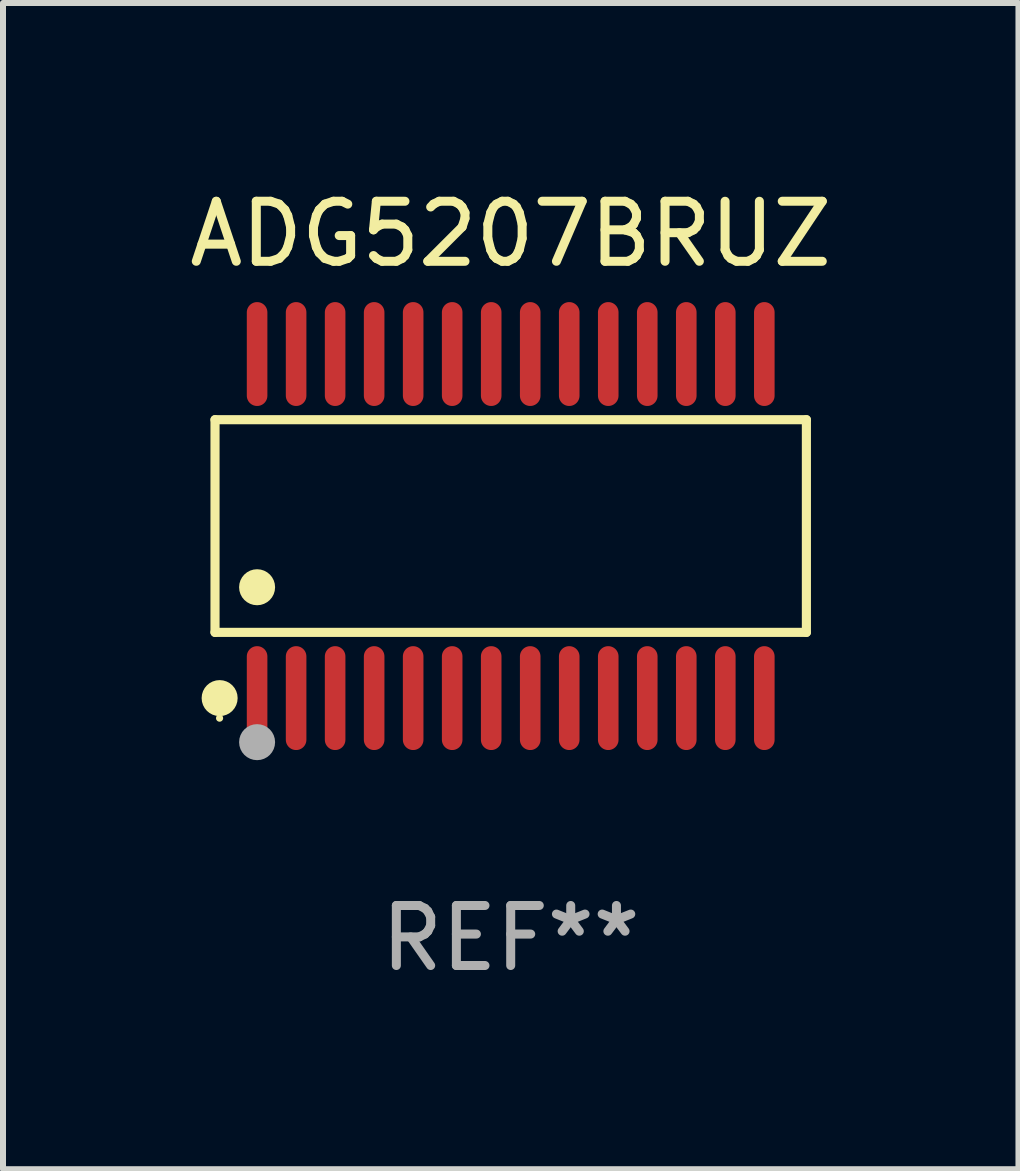
<source format=kicad_pcb>
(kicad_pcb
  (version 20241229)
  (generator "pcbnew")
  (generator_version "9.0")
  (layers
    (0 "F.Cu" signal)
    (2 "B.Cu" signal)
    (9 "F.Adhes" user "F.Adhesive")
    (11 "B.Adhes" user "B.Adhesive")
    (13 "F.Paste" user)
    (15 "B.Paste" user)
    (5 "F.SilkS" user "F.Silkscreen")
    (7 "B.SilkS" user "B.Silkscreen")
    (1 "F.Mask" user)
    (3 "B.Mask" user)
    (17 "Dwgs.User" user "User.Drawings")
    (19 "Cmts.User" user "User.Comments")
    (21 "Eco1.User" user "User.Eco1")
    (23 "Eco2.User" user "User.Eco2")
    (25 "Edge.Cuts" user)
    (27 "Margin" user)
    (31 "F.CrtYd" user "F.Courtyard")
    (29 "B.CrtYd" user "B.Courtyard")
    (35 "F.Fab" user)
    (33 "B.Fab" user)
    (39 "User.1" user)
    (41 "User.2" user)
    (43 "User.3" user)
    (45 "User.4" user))
  (footprint "ADG5207BRUZ"
    (layer "F.Cu")
    (at 5.458 5.714)
    (property "Reference" "ADG5207BRUZ" (at 0 -4.866 0) (layer "F.SilkS") (effects (font (size 1 1) (thickness 0.15))))
    (attr through_hole)
    (fp_line (start -4.926 -1.772) (end 4.926 -1.772) (stroke (width 0.152) (type solid)) (layer "F.SilkS"))
    (fp_line (start -4.926 1.771) (end -4.926 -1.772) (stroke (width 0.152) (type solid)) (layer "F.SilkS"))
    (fp_line (start 4.926 -1.772) (end 4.926 1.771) (stroke (width 0.152) (type solid)) (layer "F.SilkS"))
    (fp_line (start 4.926 1.771) (end -4.926 1.771) (stroke (width 0.152) (type solid)) (layer "F.SilkS"))
    (fp_circle (center -4.85 3.2) (end -4.82 3.2) (stroke (width 0.06) (type solid)) (fill no) (layer "F.SilkS"))
    (fp_circle (center -4.849 2.866) (end -4.699 2.866) (stroke (width 0.3) (type solid)) (fill no) (layer "F.SilkS"))
    (fp_circle (center -4.225 1.019) (end -4.075 1.019) (stroke (width 0.3) (type solid)) (fill no) (layer "F.SilkS"))
    (fp_circle (center -4.225 3.6) (end -4.075 3.6) (stroke (width 0.3) (type solid)) (fill no) (layer "F.Fab"))
    (fp_text user "REF**" (at 0 6.866 0) (layer "F.Fab") (effects (font (size 1 1) (thickness 0.15))))
    (pad "1" smd oval (at -4.225 2.866) (size 0.343 1.731) (layers "F.Cu" "F.Mask" "F.Paste"))
    (pad "2" smd oval (at -3.575 2.866) (size 0.343 1.731) (layers "F.Cu" "F.Mask" "F.Paste"))
    (pad "3" smd oval (at -2.925 2.866) (size 0.343 1.731) (layers "F.Cu" "F.Mask" "F.Paste"))
    (pad "4" smd oval (at -2.275 2.866) (size 0.343 1.731) (layers "F.Cu" "F.Mask" "F.Paste"))
    (pad "5" smd oval (at -1.625 2.866) (size 0.343 1.731) (layers "F.Cu" "F.Mask" "F.Paste"))
    (pad "6" smd oval (at -0.975 2.866) (size 0.343 1.731) (layers "F.Cu" "F.Mask" "F.Paste"))
    (pad "7" smd oval (at -0.325 2.866) (size 0.343 1.731) (layers "F.Cu" "F.Mask" "F.Paste"))
    (pad "8" smd oval (at 0.325 2.866) (size 0.343 1.731) (layers "F.Cu" "F.Mask" "F.Paste"))
    (pad "9" smd oval (at 0.975 2.866) (size 0.343 1.731) (layers "F.Cu" "F.Mask" "F.Paste"))
    (pad "10" smd oval (at 1.625 2.866) (size 0.343 1.731) (layers "F.Cu" "F.Mask" "F.Paste"))
    (pad "11" smd oval (at 2.275 2.866) (size 0.343 1.731) (layers "F.Cu" "F.Mask" "F.Paste"))
    (pad "12" smd oval (at 2.925 2.866) (size 0.343 1.731) (layers "F.Cu" "F.Mask" "F.Paste"))
    (pad "13" smd oval (at 3.575 2.866) (size 0.343 1.731) (layers "F.Cu" "F.Mask" "F.Paste"))
    (pad "14" smd oval (at 4.225 2.866) (size 0.343 1.731) (layers "F.Cu" "F.Mask" "F.Paste"))
    (pad "15" smd oval (at 4.225 -2.866) (size 0.343 1.731) (layers "F.Cu" "F.Mask" "F.Paste"))
    (pad "16" smd oval (at 3.575 -2.866) (size 0.343 1.731) (layers "F.Cu" "F.Mask" "F.Paste"))
    (pad "17" smd oval (at 2.925 -2.866) (size 0.343 1.731) (layers "F.Cu" "F.Mask" "F.Paste"))
    (pad "18" smd oval (at 2.275 -2.866) (size 0.343 1.731) (layers "F.Cu" "F.Mask" "F.Paste"))
    (pad "19" smd oval (at 1.625 -2.866) (size 0.343 1.731) (layers "F.Cu" "F.Mask" "F.Paste"))
    (pad "20" smd oval (at 0.975 -2.866) (size 0.343 1.731) (layers "F.Cu" "F.Mask" "F.Paste"))
    (pad "21" smd oval (at 0.325 -2.866) (size 0.343 1.731) (layers "F.Cu" "F.Mask" "F.Paste"))
    (pad "22" smd oval (at -0.325 -2.866) (size 0.343 1.731) (layers "F.Cu" "F.Mask" "F.Paste"))
    (pad "23" smd oval (at -0.975 -2.866) (size 0.343 1.731) (layers "F.Cu" "F.Mask" "F.Paste"))
    (pad "24" smd oval (at -1.625 -2.866) (size 0.343 1.731) (layers "F.Cu" "F.Mask" "F.Paste"))
    (pad "25" smd oval (at -2.275 -2.866) (size 0.343 1.731) (layers "F.Cu" "F.Mask" "F.Paste"))
    (pad "26" smd oval (at -2.925 -2.866) (size 0.343 1.731) (layers "F.Cu" "F.Mask" "F.Paste"))
    (pad "27" smd oval (at -3.575 -2.866) (size 0.343 1.731) (layers "F.Cu" "F.Mask" "F.Paste"))
    (pad "28" smd oval (at -4.225 -2.866) (size 0.343 1.731) (layers "F.Cu" "F.Mask" "F.Paste")))
  (gr_rect
    (start -3 -3)
    (end 13.917 16.428)
    (stroke (width 0.1) (type default))
    (fill no)
    (layer "Edge.Cuts")))
</source>
